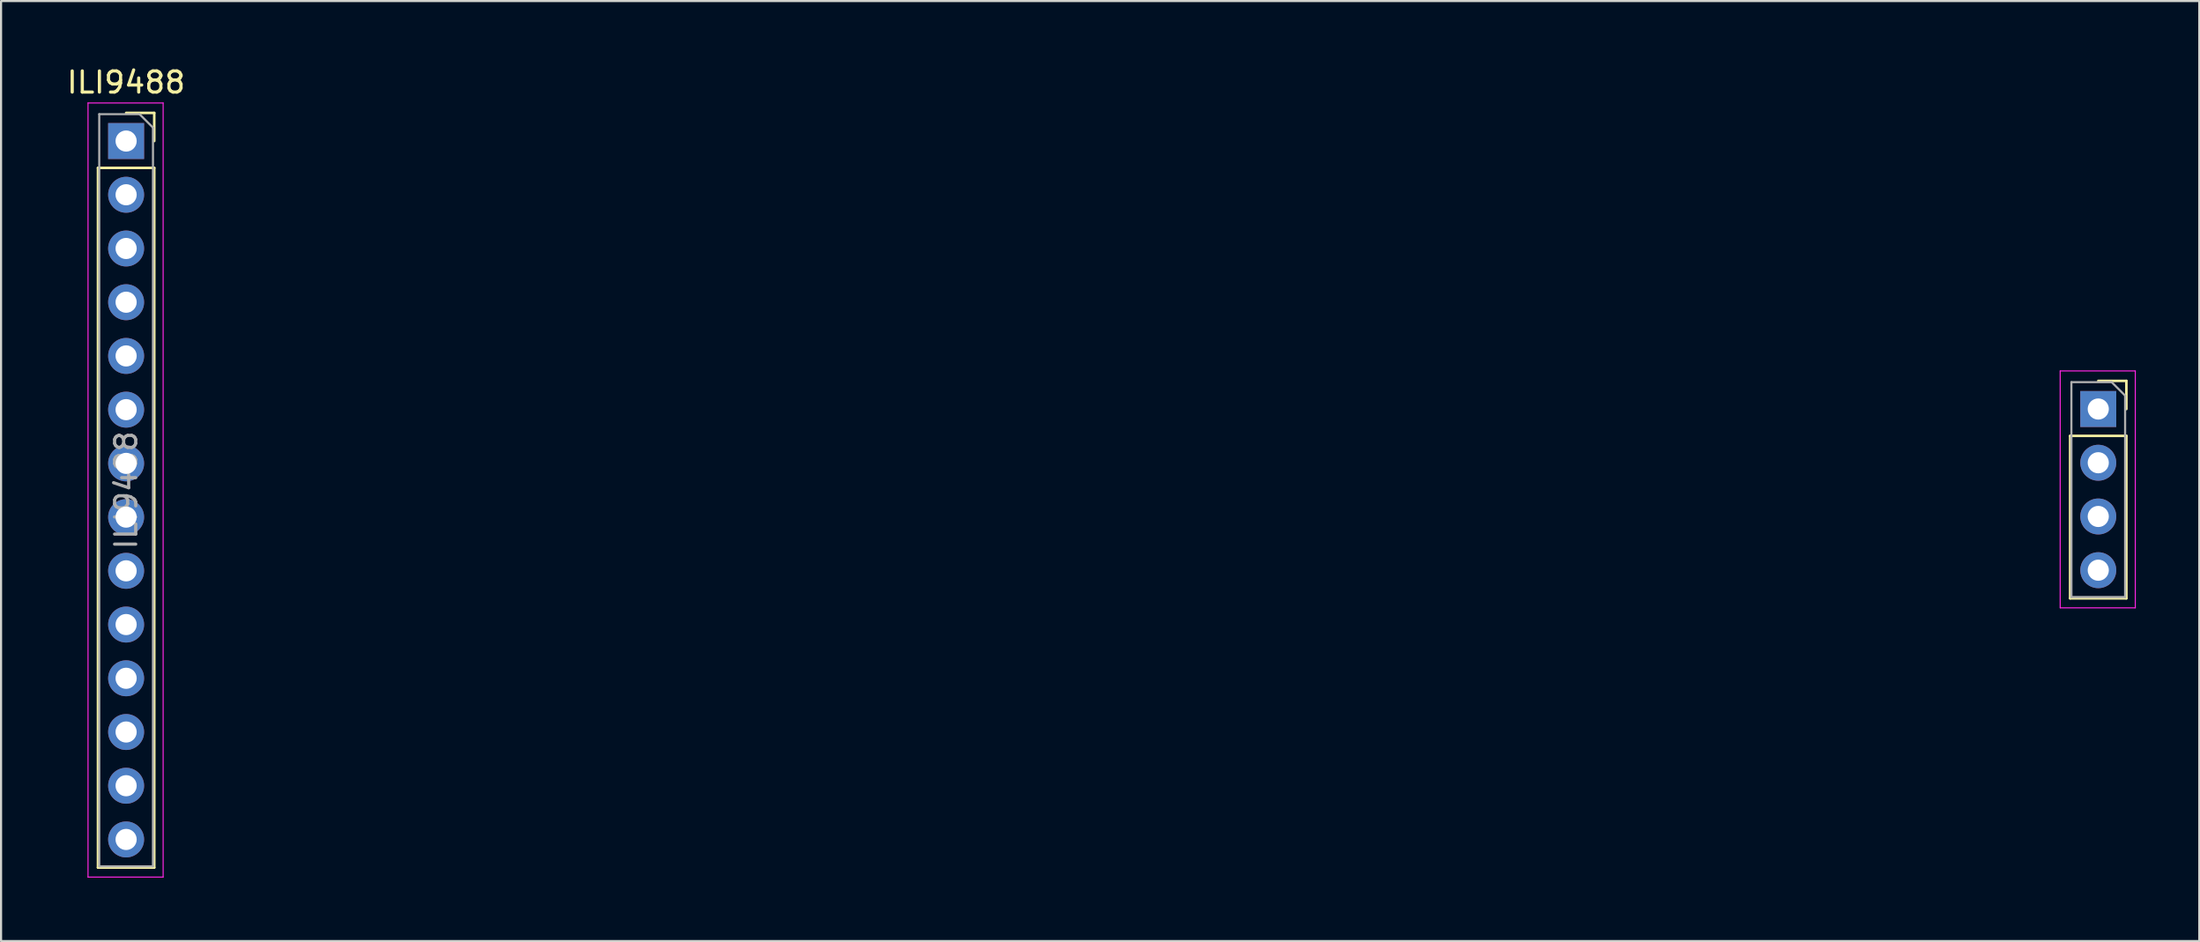
<source format=kicad_pcb>
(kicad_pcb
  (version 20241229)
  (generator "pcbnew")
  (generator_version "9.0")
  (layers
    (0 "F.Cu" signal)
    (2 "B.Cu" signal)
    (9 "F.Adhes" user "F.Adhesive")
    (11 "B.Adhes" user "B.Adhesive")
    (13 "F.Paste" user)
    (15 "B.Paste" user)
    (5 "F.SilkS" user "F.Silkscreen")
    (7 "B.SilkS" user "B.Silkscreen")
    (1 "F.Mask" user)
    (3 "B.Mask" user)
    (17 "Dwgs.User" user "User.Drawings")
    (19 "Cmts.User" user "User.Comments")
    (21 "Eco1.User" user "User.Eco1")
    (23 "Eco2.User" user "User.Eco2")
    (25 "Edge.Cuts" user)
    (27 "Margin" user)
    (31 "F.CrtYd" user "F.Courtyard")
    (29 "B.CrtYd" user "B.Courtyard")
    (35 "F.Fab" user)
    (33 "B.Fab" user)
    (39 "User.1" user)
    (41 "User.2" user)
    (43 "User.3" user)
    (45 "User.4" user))
  (footprint "ILI9488"
    (layer "F.Cu")
    (at 2.911 3.618)
    (property "Reference" "ILI9488" (at 0 -2.77 0) (layer "F.SilkS") (effects (font (size 1 1) (thickness 0.15))))
    (attr through_hole)
    (fp_line (start -1.33 1.27) (end -1.33 34.35) (stroke (width 0.12) (type solid)) (layer "F.SilkS"))
    (fp_line (start -1.33 1.27) (end 1.33 1.27) (stroke (width 0.12) (type solid)) (layer "F.SilkS"))
    (fp_line (start -1.33 34.35) (end 1.33 34.35) (stroke (width 0.12) (type solid)) (layer "F.SilkS"))
    (fp_line (start 0 -1.33) (end 1.33 -1.33) (stroke (width 0.12) (type solid)) (layer "F.SilkS"))
    (fp_line (start 1.33 -1.33) (end 1.33 0) (stroke (width 0.12) (type solid)) (layer "F.SilkS"))
    (fp_line (start 1.33 1.27) (end 1.33 34.35) (stroke (width 0.12) (type solid)) (layer "F.SilkS"))
    (fp_line (start 91.888 13.94) (end 91.888 21.62) (stroke (width 0.12) (type solid)) (layer "F.SilkS"))
    (fp_line (start 91.888 13.94) (end 94.547 13.94) (stroke (width 0.12) (type solid)) (layer "F.SilkS"))
    (fp_line (start 91.888 21.62) (end 94.547 21.62) (stroke (width 0.12) (type solid)) (layer "F.SilkS"))
    (fp_line (start 93.218 11.34) (end 94.547 11.34) (stroke (width 0.12) (type solid)) (layer "F.SilkS"))
    (fp_line (start 94.547 11.34) (end 94.547 12.67) (stroke (width 0.12) (type solid)) (layer "F.SilkS"))
    (fp_line (start 94.547 13.94) (end 94.547 21.62) (stroke (width 0.12) (type solid)) (layer "F.SilkS"))
    (fp_line (start -1.8 -1.8) (end 1.75 -1.8) (stroke (width 0.05) (type solid)) (layer "F.CrtYd"))
    (fp_line (start -1.8 34.8) (end -1.8 -1.8) (stroke (width 0.05) (type solid)) (layer "F.CrtYd"))
    (fp_line (start 1.75 -1.8) (end 1.75 34.8) (stroke (width 0.05) (type solid)) (layer "F.CrtYd"))
    (fp_line (start 1.75 34.8) (end -1.8 34.8) (stroke (width 0.05) (type solid)) (layer "F.CrtYd"))
    (fp_line (start 91.418 10.87) (end 94.968 10.87) (stroke (width 0.05) (type solid)) (layer "F.CrtYd"))
    (fp_line (start 91.418 22.07) (end 91.418 10.87) (stroke (width 0.05) (type solid)) (layer "F.CrtYd"))
    (fp_line (start 94.968 10.87) (end 94.968 22.07) (stroke (width 0.05) (type solid)) (layer "F.CrtYd"))
    (fp_line (start 94.968 22.07) (end 91.418 22.07) (stroke (width 0.05) (type solid)) (layer "F.CrtYd"))
    (fp_line (start -1.27 -1.27) (end 0.635 -1.27) (stroke (width 0.1) (type solid)) (layer "F.Fab"))
    (fp_line (start -1.27 34.29) (end -1.27 -1.27) (stroke (width 0.1) (type solid)) (layer "F.Fab"))
    (fp_line (start 0.635 -1.27) (end 1.27 -0.635) (stroke (width 0.1) (type solid)) (layer "F.Fab"))
    (fp_line (start 1.27 -0.635) (end 1.27 34.29) (stroke (width 0.1) (type solid)) (layer "F.Fab"))
    (fp_line (start 1.27 34.29) (end -1.27 34.29) (stroke (width 0.1) (type solid)) (layer "F.Fab"))
    (fp_line (start 91.948 11.4) (end 93.853 11.4) (stroke (width 0.1) (type solid)) (layer "F.Fab"))
    (fp_line (start 91.948 21.56) (end 91.948 11.4) (stroke (width 0.1) (type solid)) (layer "F.Fab"))
    (fp_line (start 93.853 11.4) (end 94.487 12.035) (stroke (width 0.1) (type solid)) (layer "F.Fab"))
    (fp_line (start 94.487 12.035) (end 94.487 21.56) (stroke (width 0.1) (type solid)) (layer "F.Fab"))
    (fp_line (start 94.487 21.56) (end 91.948 21.56) (stroke (width 0.1) (type solid)) (layer "F.Fab"))
    (fp_text user "${REFERENCE}" (at 0 16.51 90) (layer "F.Fab") (effects (font (size 1 1) (thickness 0.15))))
    (pad "1" thru_hole rect (at 0 0) (size 1.7 1.7) (drill 1) (layers "*.Cu" "*.Mask"))
    (pad "2" thru_hole oval (at 0 2.54) (size 1.7 1.7) (drill 1) (layers "*.Cu" "*.Mask"))
    (pad "3" thru_hole oval (at 0 5.08) (size 1.7 1.7) (drill 1) (layers "*.Cu" "*.Mask"))
    (pad "4" thru_hole oval (at 0 7.62) (size 1.7 1.7) (drill 1) (layers "*.Cu" "*.Mask"))
    (pad "5" thru_hole oval (at 0 10.16) (size 1.7 1.7) (drill 1) (layers "*.Cu" "*.Mask"))
    (pad "6" thru_hole oval (at 0 12.7) (size 1.7 1.7) (drill 1) (layers "*.Cu" "*.Mask"))
    (pad "7" thru_hole oval (at 0 15.24) (size 1.7 1.7) (drill 1) (layers "*.Cu" "*.Mask"))
    (pad "8" thru_hole oval (at 0 17.78) (size 1.7 1.7) (drill 1) (layers "*.Cu" "*.Mask"))
    (pad "9" thru_hole oval (at 0 20.32) (size 1.7 1.7) (drill 1) (layers "*.Cu" "*.Mask"))
    (pad "10" thru_hole oval (at 0 22.86) (size 1.7 1.7) (drill 1) (layers "*.Cu" "*.Mask"))
    (pad "11" thru_hole oval (at 0 25.4) (size 1.7 1.7) (drill 1) (layers "*.Cu" "*.Mask"))
    (pad "12" thru_hole oval (at 0 27.94) (size 1.7 1.7) (drill 1) (layers "*.Cu" "*.Mask"))
    (pad "13" thru_hole oval (at 0 30.48) (size 1.7 1.7) (drill 1) (layers "*.Cu" "*.Mask"))
    (pad "14" thru_hole oval (at 0 33.02) (size 1.7 1.7) (drill 1) (layers "*.Cu" "*.Mask"))
    (pad "15" thru_hole rect (at 93.218 12.67) (size 1.7 1.7) (drill 1) (layers "*.Cu" "*.Mask"))
    (pad "16" thru_hole oval (at 93.218 15.21) (size 1.7 1.7) (drill 1) (layers "*.Cu" "*.Mask"))
    (pad "17" thru_hole oval (at 93.218 17.75) (size 1.7 1.7) (drill 1) (layers "*.Cu" "*.Mask"))
    (pad "18" thru_hole oval (at 93.218 20.29) (size 1.7 1.7) (drill 1) (layers "*.Cu" "*.Mask")))
  (gr_rect
    (start -3 -3)
    (end 100.903 41.443)
    (stroke (width 0.1) (type default))
    (fill no)
    (layer "Edge.Cuts")))
</source>
